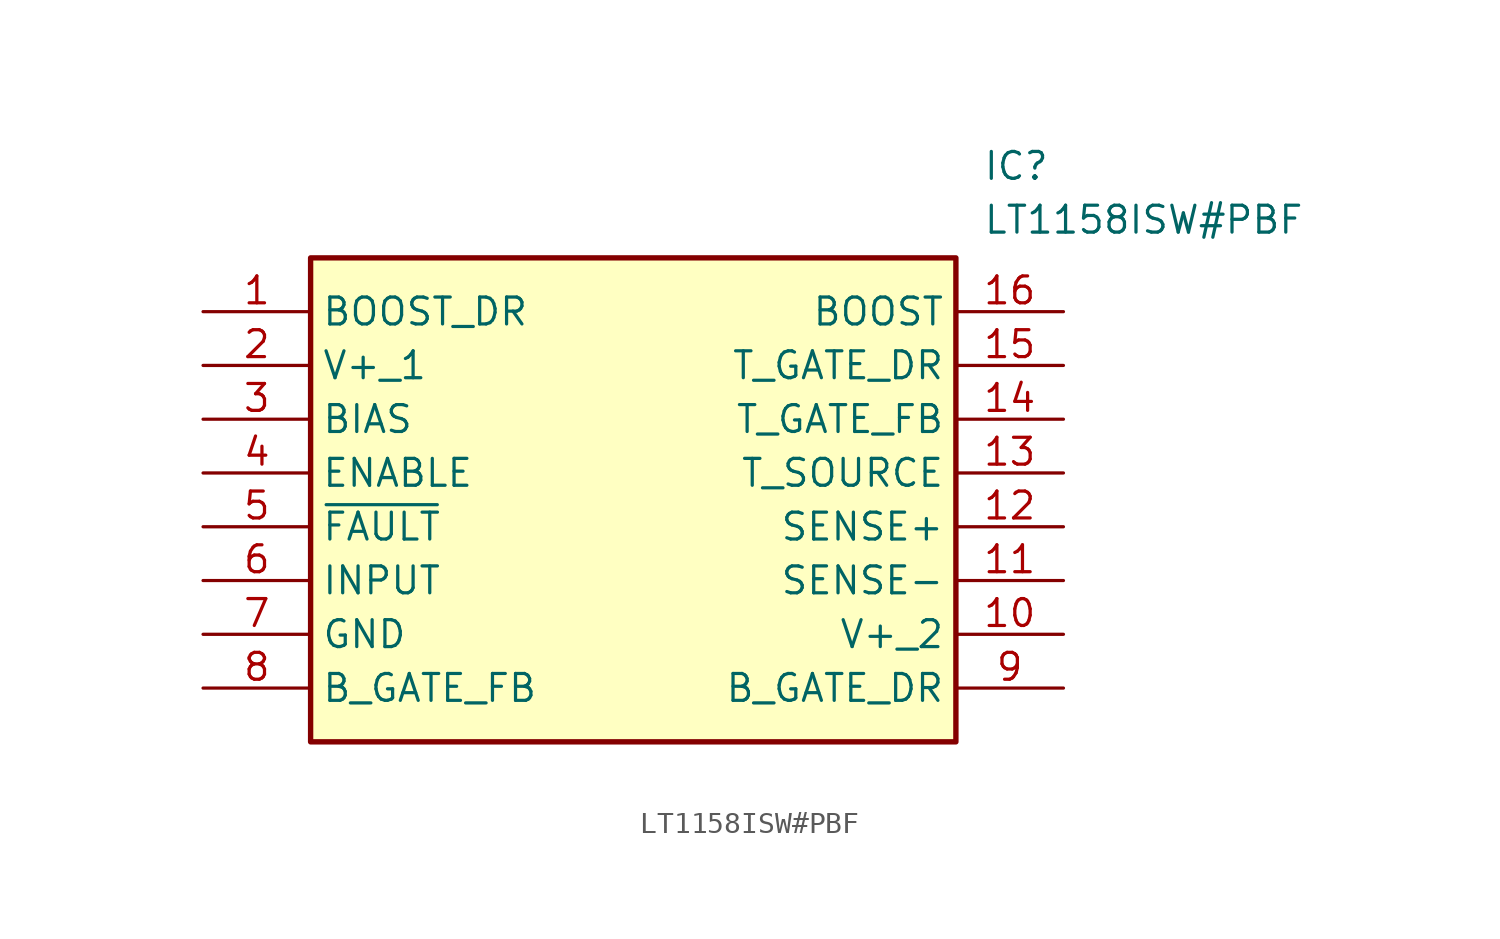
<source format=kicad_sym>
(kicad_symbol_lib
  (version 20211014)
  (generator SamacSys_ECAD_Model)
  (symbol "LT1158ISW#PBF"
    (property "Reference" "IC"
      (at 36.83 7.62 0)
      (effects (font (size 1.27 1.27)) (justify left top)))
    (property "Value" "LT1158ISW#PBF"
      (at 36.83 5.08 0)
      (effects (font (size 1.27 1.27)) (justify left top)))
    (rectangle
      (start 5.08 2.54)
      (end 35.56 -20.32)
      (stroke (width 0.254) (type default))
      (fill (type background)))
    (pin passive line
      (at 0 0 0)
      (length 5.08)
      (name "BOOST_DR" (effects (font (size 1.27 1.27))))
      (number "1" (effects (font (size 1.27 1.27)))))
    (pin passive line
      (at 0 -2.54 0)
      (length 5.08)
      (name "V+_1" (effects (font (size 1.27 1.27))))
      (number "2" (effects (font (size 1.27 1.27)))))
    (pin passive line
      (at 0 -5.08 0)
      (length 5.08)
      (name "BIAS" (effects (font (size 1.27 1.27))))
      (number "3" (effects (font (size 1.27 1.27)))))
    (pin passive line
      (at 0 -7.62 0)
      (length 5.08)
      (name "ENABLE" (effects (font (size 1.27 1.27))))
      (number "4" (effects (font (size 1.27 1.27)))))
    (pin passive line
      (at 0 -10.16 0)
      (length 5.08)
      (name "~{FAULT}" (effects (font (size 1.27 1.27))))
      (number "5" (effects (font (size 1.27 1.27)))))
    (pin passive line
      (at 0 -12.7 0)
      (length 5.08)
      (name "INPUT" (effects (font (size 1.27 1.27))))
      (number "6" (effects (font (size 1.27 1.27)))))
    (pin passive line
      (at 0 -15.24 0)
      (length 5.08)
      (name "GND" (effects (font (size 1.27 1.27))))
      (number "7" (effects (font (size 1.27 1.27)))))
    (pin passive line
      (at 0 -17.78 0)
      (length 5.08)
      (name "B_GATE_FB" (effects (font (size 1.27 1.27))))
      (number "8" (effects (font (size 1.27 1.27)))))
    (pin passive line
      (at 40.64 0 180)
      (length 5.08)
      (name "BOOST" (effects (font (size 1.27 1.27))))
      (number "16" (effects (font (size 1.27 1.27)))))
    (pin passive line
      (at 40.64 -2.54 180)
      (length 5.08)
      (name "T_GATE_DR" (effects (font (size 1.27 1.27))))
      (number "15" (effects (font (size 1.27 1.27)))))
    (pin passive line
      (at 40.64 -5.08 180)
      (length 5.08)
      (name "T_GATE_FB" (effects (font (size 1.27 1.27))))
      (number "14" (effects (font (size 1.27 1.27)))))
    (pin passive line
      (at 40.64 -7.62 180)
      (length 5.08)
      (name "T_SOURCE" (effects (font (size 1.27 1.27))))
      (number "13" (effects (font (size 1.27 1.27)))))
    (pin passive line
      (at 40.64 -10.16 180)
      (length 5.08)
      (name "SENSE+" (effects (font (size 1.27 1.27))))
      (number "12" (effects (font (size 1.27 1.27)))))
    (pin passive line
      (at 40.64 -12.7 180)
      (length 5.08)
      (name "SENSE-" (effects (font (size 1.27 1.27))))
      (number "11" (effects (font (size 1.27 1.27)))))
    (pin passive line
      (at 40.64 -15.24 180)
      (length 5.08)
      (name "V+_2" (effects (font (size 1.27 1.27))))
      (number "10" (effects (font (size 1.27 1.27)))))
    (pin passive line
      (at 40.64 -17.78 180)
      (length 5.08)
      (name "B_GATE_DR" (effects (font (size 1.27 1.27))))
      (number "9" (effects (font (size 1.27 1.27)))))))
</source>
